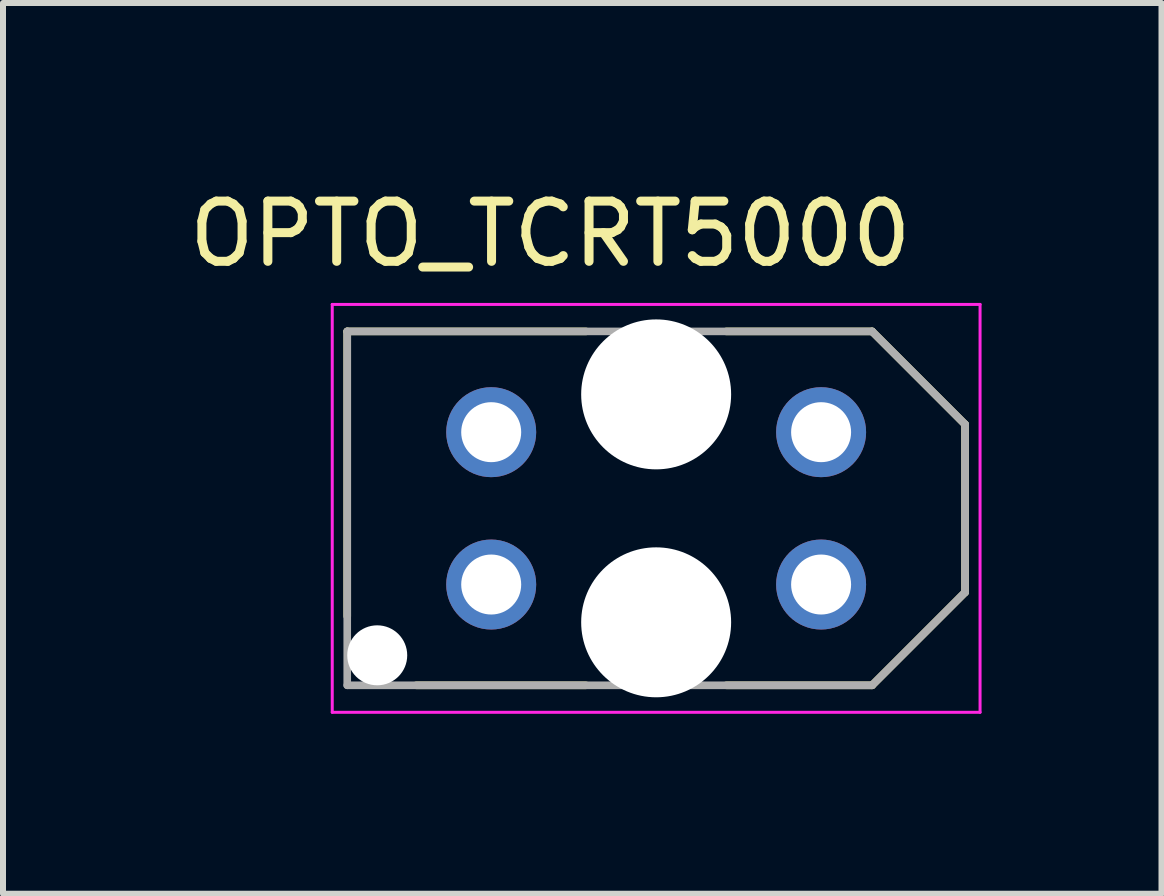
<source format=kicad_pcb>
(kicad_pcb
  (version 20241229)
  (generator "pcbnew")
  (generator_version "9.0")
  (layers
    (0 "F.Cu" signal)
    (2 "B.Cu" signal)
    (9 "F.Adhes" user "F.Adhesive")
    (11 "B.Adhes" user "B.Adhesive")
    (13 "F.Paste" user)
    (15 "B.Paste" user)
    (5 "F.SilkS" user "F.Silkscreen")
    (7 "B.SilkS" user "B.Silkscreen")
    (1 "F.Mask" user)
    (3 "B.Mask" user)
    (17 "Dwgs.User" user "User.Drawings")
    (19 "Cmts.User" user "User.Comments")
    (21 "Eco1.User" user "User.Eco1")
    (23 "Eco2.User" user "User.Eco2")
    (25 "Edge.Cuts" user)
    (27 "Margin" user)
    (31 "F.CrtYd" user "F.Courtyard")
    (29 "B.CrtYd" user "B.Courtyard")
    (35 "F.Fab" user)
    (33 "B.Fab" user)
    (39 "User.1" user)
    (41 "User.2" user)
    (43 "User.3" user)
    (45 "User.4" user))
  (footprint "OPTO_TCRT5000"
    (layer "F.Cu")
    (at 7.889 5.425)
    (property "Reference" "OPTO_TCRT5000" (at -1.764 -4.575 0) (layer "F.SilkS") (effects (font (size 1.004 1.004) (thickness 0.15))))
    (attr through_hole)
    (fp_line (start -5.15 -2.95) (end -1.17 -2.95) (stroke (width 0.127) (type solid)) (layer "F.SilkS"))
    (fp_line (start -5.15 1.8) (end -5.15 -2.95) (stroke (width 0.127) (type solid)) (layer "F.SilkS"))
    (fp_line (start -4 2.95) (end -1.17 2.95) (stroke (width 0.127) (type solid)) (layer "F.SilkS"))
    (fp_line (start 1.17 2.95) (end 3.6 2.95) (stroke (width 0.127) (type solid)) (layer "F.SilkS"))
    (fp_line (start 3.6 -2.95) (end 1.17 -2.95) (stroke (width 0.127) (type solid)) (layer "F.SilkS"))
    (fp_line (start 3.6 -2.95) (end 5.15 -1.4) (stroke (width 0.127) (type solid)) (layer "F.SilkS"))
    (fp_line (start 3.6 2.95) (end 5.15 1.4) (stroke (width 0.127) (type solid)) (layer "F.SilkS"))
    (fp_line (start 5.15 1.4) (end 5.15 -1.4) (stroke (width 0.127) (type solid)) (layer "F.SilkS"))
    (fp_line (start -5.4 -3.4) (end -5.4 3.4) (stroke (width 0.05) (type solid)) (layer "F.CrtYd"))
    (fp_line (start -5.4 3.4) (end 5.4 3.4) (stroke (width 0.05) (type solid)) (layer "F.CrtYd"))
    (fp_line (start 5.4 -3.4) (end -5.4 -3.4) (stroke (width 0.05) (type solid)) (layer "F.CrtYd"))
    (fp_line (start 5.4 3.4) (end 5.4 -3.4) (stroke (width 0.05) (type solid)) (layer "F.CrtYd"))
    (fp_line (start -5.15 -2.95) (end -5.15 2.95) (stroke (width 0.127) (type solid)) (layer "F.Fab"))
    (fp_line (start -5.15 2.95) (end 3.6 2.95) (stroke (width 0.127) (type solid)) (layer "F.Fab"))
    (fp_line (start 3.6 -2.95) (end -5.15 -2.95) (stroke (width 0.127) (type solid)) (layer "F.Fab"))
    (fp_line (start 3.6 -2.95) (end 5.15 -1.4) (stroke (width 0.127) (type solid)) (layer "F.Fab"))
    (fp_line (start 3.6 2.95) (end 5.15 1.4) (stroke (width 0.127) (type solid)) (layer "F.Fab"))
    (fp_line (start 5.15 1.4) (end 5.15 -1.4) (stroke (width 0.127) (type solid)) (layer "F.Fab"))
    (pad "" np_thru_hole circle (at -4.65 2.45) (size 1 1) (drill 1) (layers "*.Cu" "*.Mask"))
    (pad "" np_thru_hole circle (at 0 -1.9) (size 2.5 2.5) (drill 2.5) (layers "*.Cu" "*.Mask"))
    (pad "" np_thru_hole circle (at 0 1.9) (size 2.5 2.5) (drill 2.5) (layers "*.Cu" "*.Mask"))
    (pad "A" thru_hole circle (at 2.75 -1.27) (size 1.5 1.5) (drill 1) (layers "*.Cu" "*.Mask"))
    (pad "CATH" thru_hole circle (at 2.75 1.27) (size 1.5 1.5) (drill 1) (layers "*.Cu" "*.Mask"))
    (pad "COLL" thru_hole circle (at -2.75 -1.27) (size 1.5 1.5) (drill 1) (layers "*.Cu" "*.Mask"))
    (pad "E" thru_hole circle (at -2.75 1.27) (size 1.5 1.5) (drill 1) (layers "*.Cu" "*.Mask")))
  (gr_rect
    (start -3 -3)
    (end 16.314 11.85)
    (stroke (width 0.1) (type default))
    (fill no)
    (layer "Edge.Cuts")))
</source>
